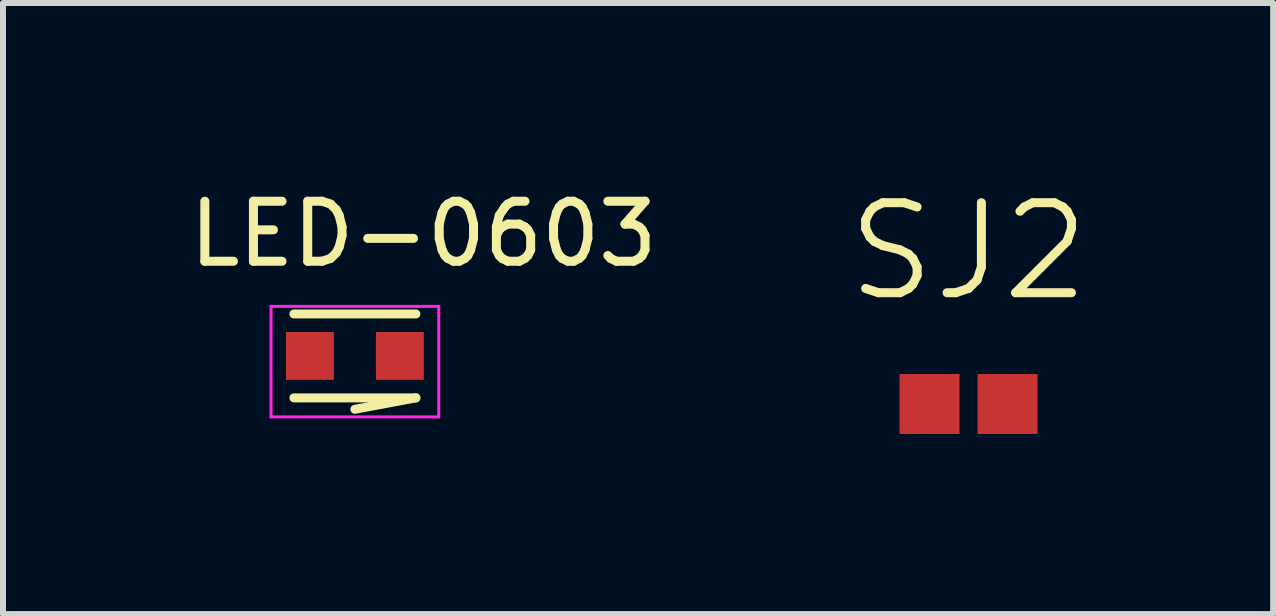
<source format=kicad_pcb>
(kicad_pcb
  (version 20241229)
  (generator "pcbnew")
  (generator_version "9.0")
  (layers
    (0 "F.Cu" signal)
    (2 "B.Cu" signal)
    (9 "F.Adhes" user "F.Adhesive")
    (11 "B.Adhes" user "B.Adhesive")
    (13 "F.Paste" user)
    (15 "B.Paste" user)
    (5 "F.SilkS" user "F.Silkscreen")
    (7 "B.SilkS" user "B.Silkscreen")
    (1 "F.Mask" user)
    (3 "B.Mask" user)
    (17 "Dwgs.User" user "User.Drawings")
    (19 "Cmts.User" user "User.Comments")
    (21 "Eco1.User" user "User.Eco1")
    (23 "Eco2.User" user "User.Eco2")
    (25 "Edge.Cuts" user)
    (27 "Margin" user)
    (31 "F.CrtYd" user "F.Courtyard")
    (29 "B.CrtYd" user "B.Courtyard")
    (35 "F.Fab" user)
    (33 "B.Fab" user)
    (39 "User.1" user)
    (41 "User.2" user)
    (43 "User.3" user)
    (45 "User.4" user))
  (footprint "LED-0603"
    (layer "F.Cu")
    (at 2.863 2.88)
    (property "Reference" "LED-0603" (at 1.143 -2.032 0) (layer "F.SilkS") (effects (font (size 1 1) (thickness 0.15))))
    (attr smd)
    (fp_line (start -1.016 -0.699) (end 1.016 -0.699) (stroke (width 0.15) (type solid)) (layer "F.SilkS"))
    (fp_line (start -1.016 0.699) (end 1.016 0.699) (stroke (width 0.15) (type solid)) (layer "F.SilkS"))
    (fp_line (start 1.016 0.699) (end 0 0.889) (stroke (width 0.15) (type solid)) (layer "F.SilkS"))
    (fp_line (start -1.397 -0.826) (end 1.397 -0.826) (stroke (width 0.05) (type solid)) (layer "F.CrtYd"))
    (fp_line (start -1.397 1.016) (end -1.397 -0.826) (stroke (width 0.05) (type solid)) (layer "F.CrtYd"))
    (fp_line (start 1.397 -0.826) (end 1.397 1.016) (stroke (width 0.05) (type solid)) (layer "F.CrtYd"))
    (fp_line (start 1.397 1.016) (end -1.397 1.016) (stroke (width 0.05) (type solid)) (layer "F.CrtYd"))
    (pad "1" smd rect (at -0.749 0 180) (size 0.798 0.798) (layers "F.Cu" "F.Mask" "F.Paste"))
    (pad "2" smd rect (at 0.749 0 180) (size 0.798 0.798) (layers "F.Cu" "F.Mask" "F.Paste")))
  (footprint "SJ2"
    (layer "F.Cu")
    (at 13.087 3.681)
    (property "Reference" "SJ2" (at 0 -2.54 0) (layer "F.SilkS") (effects (font (size 1.5 1.5) (thickness 0.15))))
    (attr through_hole)
    (pad "1" smd rect (at -0.65 0) (size 1 1) (layers "F.Cu" "F.Mask" "F.Paste"))
    (pad "2" smd rect (at 0.65 0) (size 1 1) (layers "F.Cu" "F.Mask" "F.Paste")))
  (gr_rect
    (start -3 -3)
    (end 18.162 7.181)
    (stroke (width 0.1) (type default))
    (fill no)
    (layer "Edge.Cuts")))
</source>
